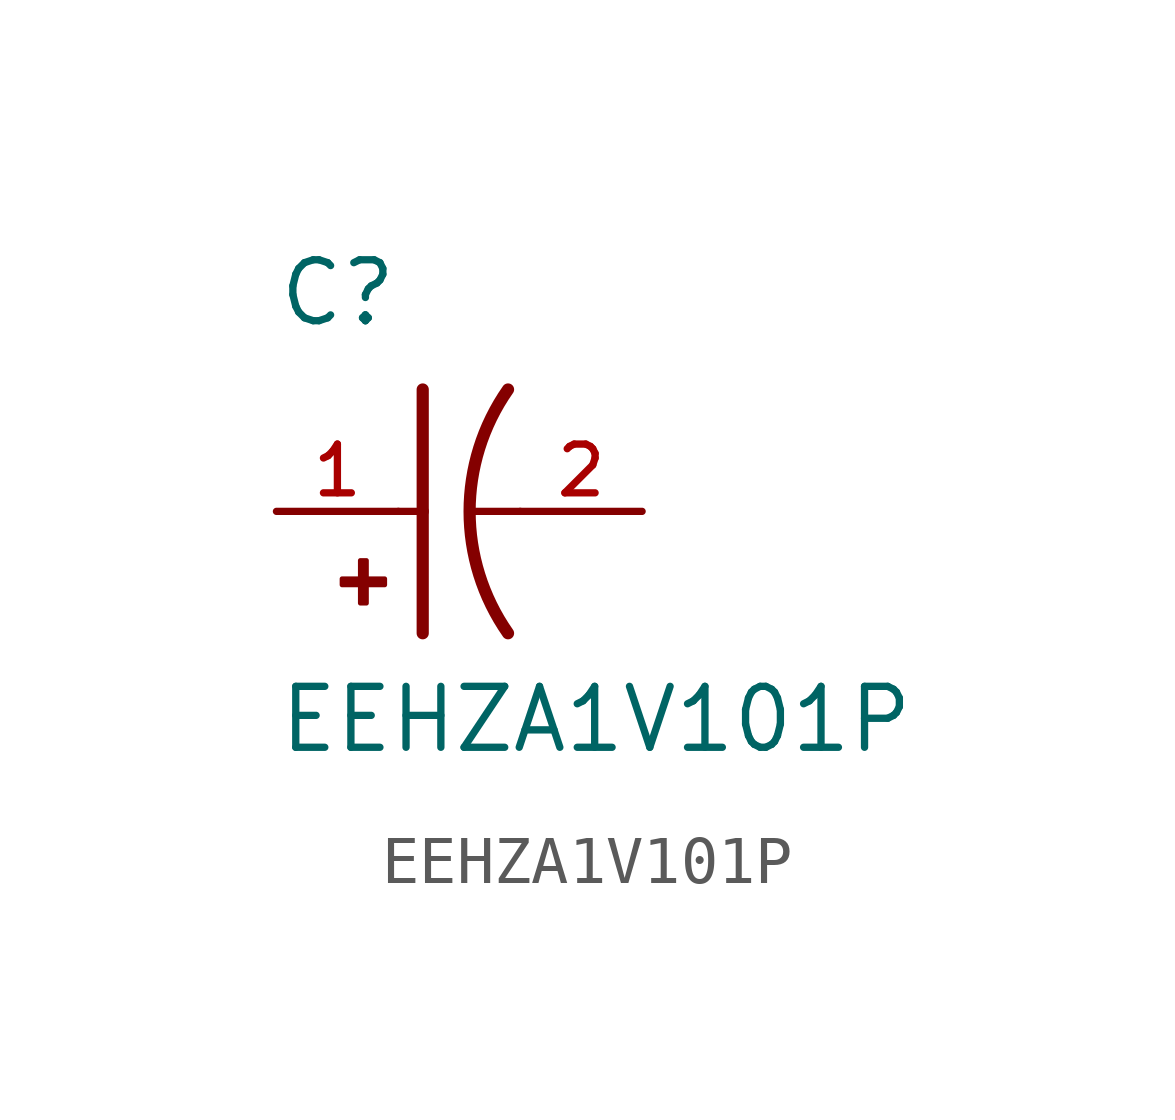
<source format=kicad_sym>
(kicad_symbol_lib
  (version 20211014)
  (generator kicad_symbol_editor)
  (symbol "EEHZA1V101P"
    (pin_names
      (offset 1.016))
    (property "Reference" "C"
      (at -2.54 3.81 0)
      (effects (font (size 1.27 1.27)) (justify bottom left)))
    (property "Value" "EEHZA1V101P"
      (at -2.54 -5.08 0)
      (effects (font (size 1.27 1.27)) (justify bottom left)))
    (symbol "EEHZA1V101P_0_0"
      (arc (start 2.286 -2.54) (mid 1.4851 -0.0) (end 2.286 2.54) (stroke (width 0.254) (type default) (color 0 0 0 0)) (fill (type none)))
      (polyline (pts (xy 0.508 2.54) (xy 0.508 0.0)) (stroke (width 0.254)))
      (rectangle (start -1.173 -1.532) (end -0.284 -1.405) (stroke (width 0.1)) (fill (type outline)))
      (rectangle (start -0.792 -1.913) (end -0.665 -1.024) (stroke (width 0.1)) (fill (type outline)))
      (polyline (pts (xy 0.508 0.0) (xy 0.508 -2.54)) (stroke (width 0.254)))
      (polyline (pts (xy 0.0 0.0) (xy 0.508 0.0)) (stroke (width 0.152)))
      (polyline (pts (xy 2.54 0.0) (xy 1.524 0.0)) (stroke (width 0.152)))
      (pin passive line (at -2.54 0.0 0) (length 2.54) (name "~" (effects (font (size 1.016 1.016)))) (number "1" (effects (font (size 1.016 1.016)))))
      (pin passive line (at 5.08 0.0 180.0) (length 2.54) (name "~" (effects (font (size 1.016 1.016)))) (number "2" (effects (font (size 1.016 1.016))))))))
</source>
